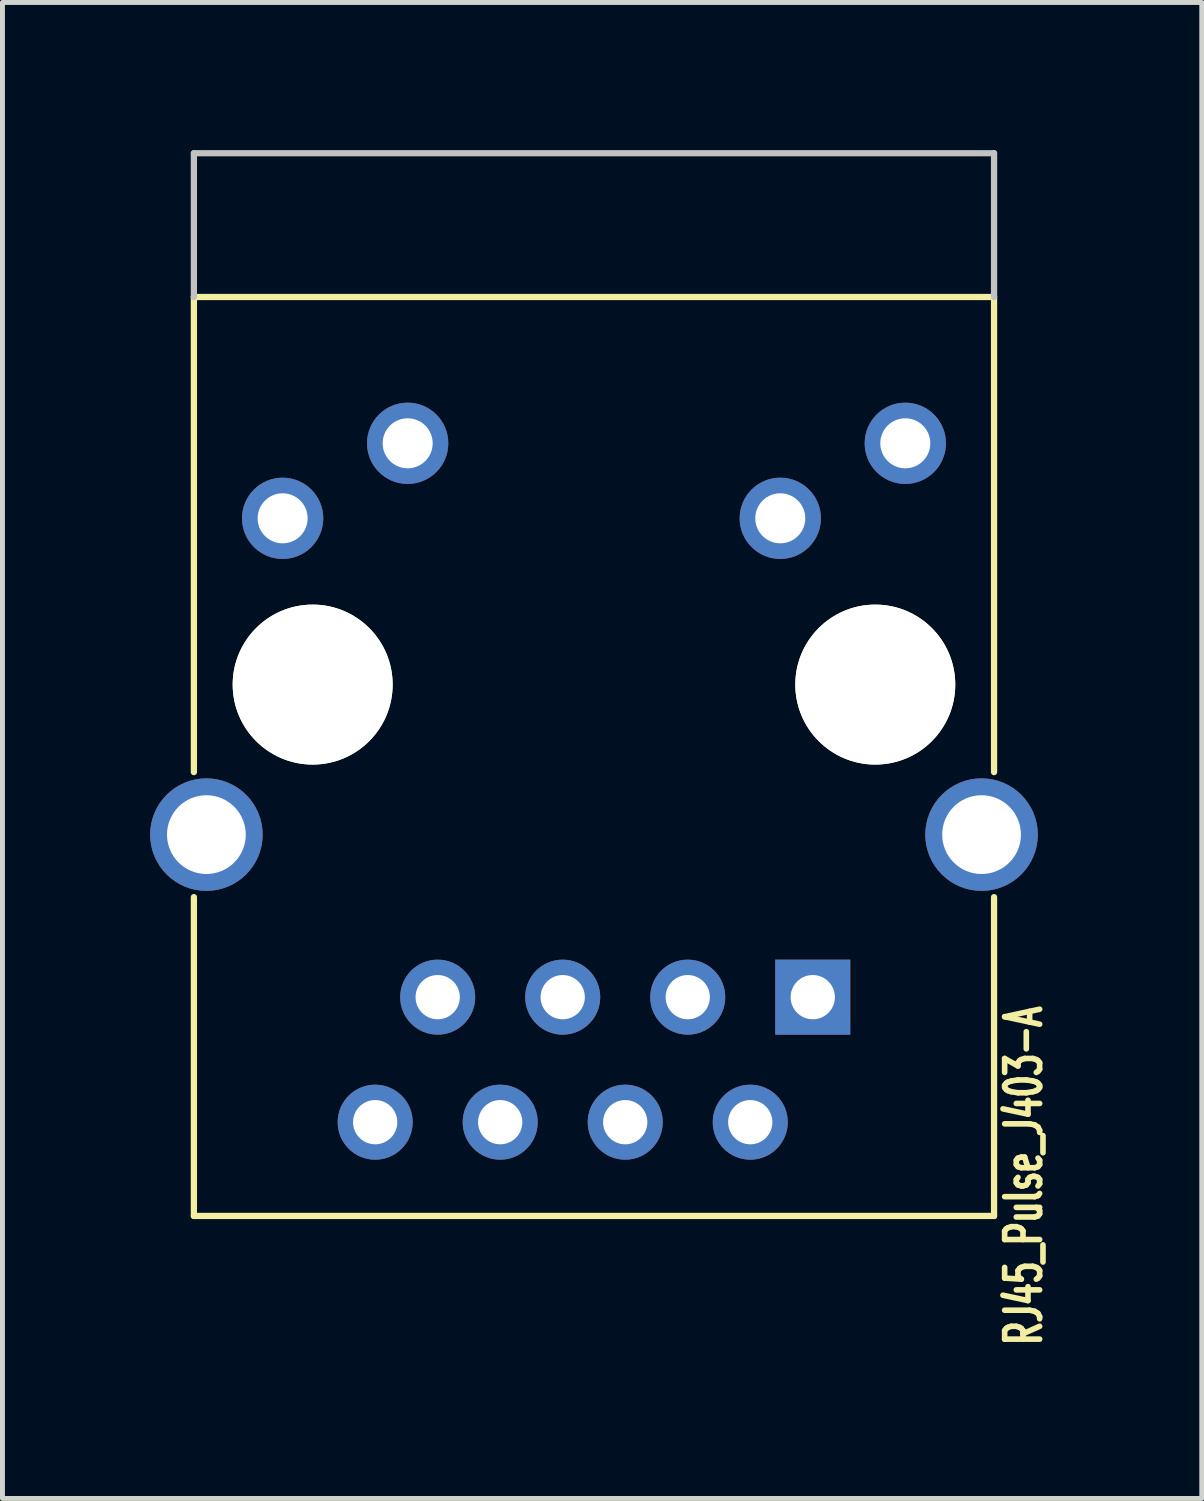
<source format=kicad_pcb>
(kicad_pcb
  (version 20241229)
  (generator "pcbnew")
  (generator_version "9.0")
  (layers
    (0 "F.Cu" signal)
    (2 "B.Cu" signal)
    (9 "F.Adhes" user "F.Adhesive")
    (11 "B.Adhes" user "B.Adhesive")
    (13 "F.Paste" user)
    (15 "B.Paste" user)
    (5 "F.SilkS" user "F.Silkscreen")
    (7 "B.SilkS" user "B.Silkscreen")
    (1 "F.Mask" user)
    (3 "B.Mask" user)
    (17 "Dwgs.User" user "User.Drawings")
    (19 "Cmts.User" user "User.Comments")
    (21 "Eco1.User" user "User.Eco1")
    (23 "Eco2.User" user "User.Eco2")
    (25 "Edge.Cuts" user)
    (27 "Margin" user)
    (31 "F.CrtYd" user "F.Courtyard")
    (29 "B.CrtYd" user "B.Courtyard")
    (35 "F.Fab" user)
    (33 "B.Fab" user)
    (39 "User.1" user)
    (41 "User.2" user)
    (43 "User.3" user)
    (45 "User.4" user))
  (footprint "RJ45_Pulse_J403-A"
    (layer "F.Cu")
    (at 9.017 10.858)
    (property "Reference" "RJ45_Pulse_J403-A" (at 8.731 9.979 90) (layer "F.SilkS") (effects (font (size 0.711 0.457) (thickness 0.114))))
    (attr through_hole)
    (fp_line (start -8.128 -7.874) (end 8.128 -7.874) (stroke (width 0.127) (type solid)) (layer "F.SilkS"))
    (fp_line (start -8.128 1.778) (end -8.128 -7.874) (stroke (width 0.127) (type solid)) (layer "F.SilkS"))
    (fp_line (start -8.128 10.795) (end -8.128 4.318) (stroke (width 0.127) (type solid)) (layer "F.SilkS"))
    (fp_line (start 8.128 -7.874) (end 8.128 1.778) (stroke (width 0.127) (type solid)) (layer "F.SilkS"))
    (fp_line (start 8.128 4.318) (end 8.128 10.795) (stroke (width 0.127) (type solid)) (layer "F.SilkS"))
    (fp_line (start 8.128 10.795) (end -8.128 10.795) (stroke (width 0.127) (type solid)) (layer "F.SilkS"))
    (fp_line (start -8.128 -10.795) (end 8.128 -10.795) (stroke (width 0.127) (type solid)) (layer "Dwgs.User"))
    (fp_line (start -8.128 -7.874) (end -8.128 -10.795) (stroke (width 0.127) (type solid)) (layer "Dwgs.User"))
    (fp_line (start 8.128 -10.795) (end 8.128 -7.874) (stroke (width 0.127) (type solid)) (layer "Dwgs.User"))
    (pad "" np_thru_hole circle (at -5.715 0 180) (size 3.25 3.25) (drill 3.25) (layers "*.Cu" "*.Mask" "F.SilkS"))
    (pad "" np_thru_hole circle (at 5.715 0 180) (size 3.25 3.25) (drill 3.25) (layers "*.Cu" "*.Mask" "F.SilkS"))
    (pad "1" thru_hole rect (at 4.445 6.35) (size 1.524 1.524) (drill 0.899) (layers "*.Cu" "*.Mask"))
    (pad "2" thru_hole circle (at 3.175 8.89) (size 1.524 1.524) (drill 0.899) (layers "*.Cu" "*.Mask"))
    (pad "3" thru_hole circle (at 1.905 6.35) (size 1.524 1.524) (drill 0.899) (layers "*.Cu" "*.Mask"))
    (pad "4" thru_hole circle (at 0.635 8.89) (size 1.524 1.524) (drill 0.899) (layers "*.Cu" "*.Mask"))
    (pad "5" thru_hole circle (at -0.635 6.35) (size 1.524 1.524) (drill 0.899) (layers "*.Cu" "*.Mask"))
    (pad "6" thru_hole circle (at -1.905 8.89) (size 1.524 1.524) (drill 0.899) (layers "*.Cu" "*.Mask"))
    (pad "7" thru_hole circle (at -3.175 6.35) (size 1.524 1.524) (drill 0.899) (layers "*.Cu" "*.Mask"))
    (pad "8" thru_hole circle (at -4.445 8.89) (size 1.524 1.524) (drill 0.899) (layers "*.Cu" "*.Mask"))
    (pad "9" thru_hole circle (at 6.325 -4.902 180) (size 1.651 1.651) (drill 1.016) (layers "*.Cu" "*.Mask"))
    (pad "10" thru_hole circle (at 3.785 -3.378 180) (size 1.651 1.651) (drill 1.016) (layers "*.Cu" "*.Mask"))
    (pad "11" thru_hole circle (at -3.785 -4.902 180) (size 1.651 1.651) (drill 1.016) (layers "*.Cu" "*.Mask"))
    (pad "12" thru_hole circle (at -6.325 -3.378 180) (size 1.651 1.651) (drill 1.016) (layers "*.Cu" "*.Mask"))
    (pad "13" thru_hole circle (at 7.874 3.048 180) (size 2.286 2.286) (drill 1.6) (layers "*.Cu" "*.Mask"))
    (pad "14" thru_hole circle (at -7.874 3.048 180) (size 2.286 2.286) (drill 1.6) (layers "*.Cu" "*.Mask")))
  (gr_rect
    (start -3 -3)
    (end 21.365 27.392)
    (stroke (width 0.1) (type default))
    (fill no)
    (layer "Edge.Cuts")))
</source>
